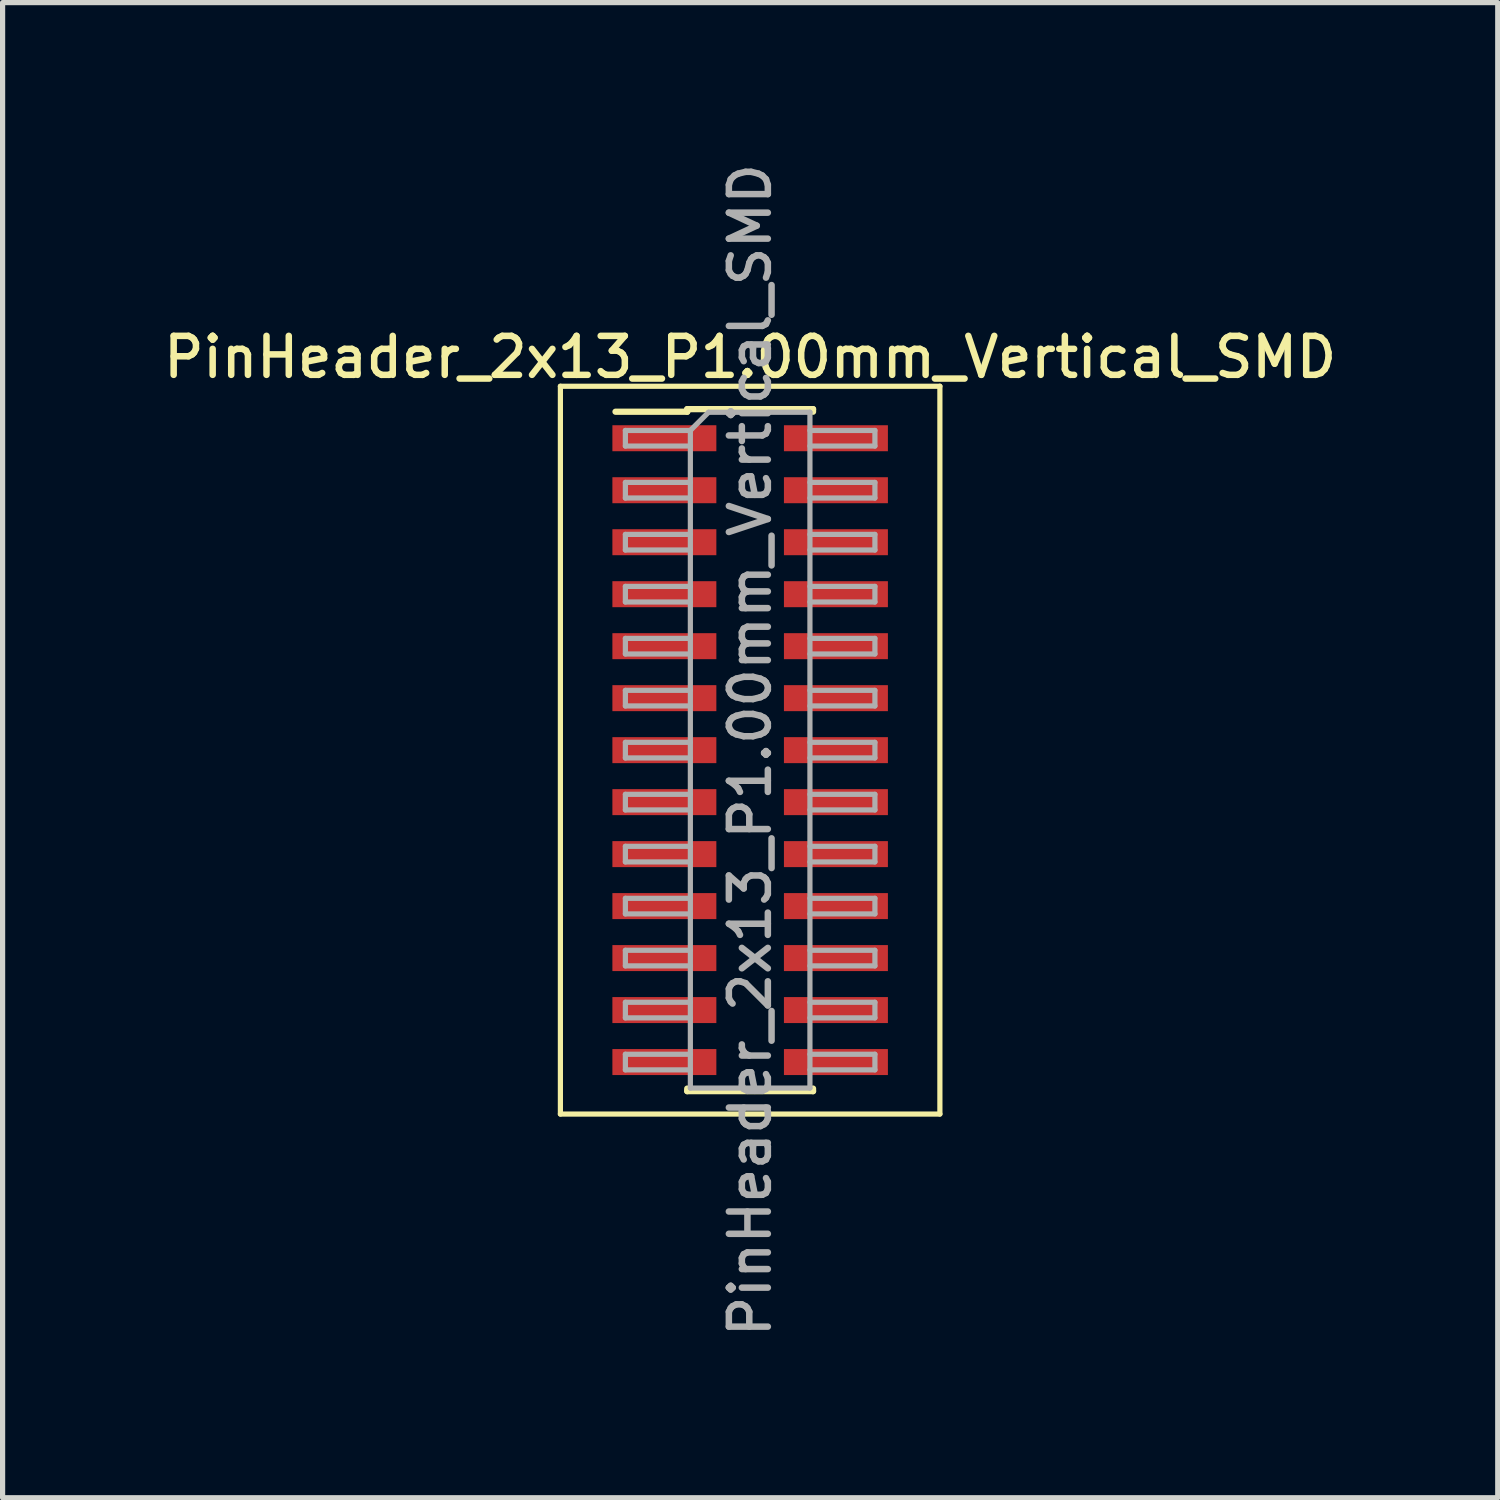
<source format=kicad_pcb>
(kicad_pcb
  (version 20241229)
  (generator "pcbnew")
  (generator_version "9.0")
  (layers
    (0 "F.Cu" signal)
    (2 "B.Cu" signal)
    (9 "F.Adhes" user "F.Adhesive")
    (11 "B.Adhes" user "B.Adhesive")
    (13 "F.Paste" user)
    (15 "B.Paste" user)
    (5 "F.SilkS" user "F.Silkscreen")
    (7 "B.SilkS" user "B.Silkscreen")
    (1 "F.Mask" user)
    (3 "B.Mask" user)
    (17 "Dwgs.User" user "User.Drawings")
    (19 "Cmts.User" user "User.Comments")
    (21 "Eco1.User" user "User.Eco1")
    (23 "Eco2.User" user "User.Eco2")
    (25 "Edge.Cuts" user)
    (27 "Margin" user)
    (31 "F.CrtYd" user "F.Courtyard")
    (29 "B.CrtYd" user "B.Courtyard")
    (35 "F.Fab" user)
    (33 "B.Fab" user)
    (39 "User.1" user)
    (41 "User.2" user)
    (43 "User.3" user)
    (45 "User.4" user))
  (footprint "PinHeader_2x13_P1.00mm_Vertical_SMD"
    (layer "F.Cu")
    (at 11.38 11.38)
    (property "Reference" "PinHeader_2x13_P1.00mm_Vertical_SMD" (at 0 -7.56 0) (layer "F.SilkS") (effects (font (size 0.75 0.75) (thickness 0.125))))
    (attr smd)
    (fp_line (start -3.65 -7) (end -3.65 7) (stroke (width 0.1) (type solid)) (layer "F.SilkS"))
    (fp_line (start -3.65 7) (end 3.65 7) (stroke (width 0.1) (type solid)) (layer "F.SilkS"))
    (fp_line (start -2.59 -6.51) (end -1.21 -6.51) (stroke (width 0.12) (type solid)) (layer "F.SilkS"))
    (fp_line (start -1.21 -6.56) (end -1.21 -6.51) (stroke (width 0.12) (type solid)) (layer "F.SilkS"))
    (fp_line (start -1.21 -6.56) (end 1.21 -6.56) (stroke (width 0.12) (type solid)) (layer "F.SilkS"))
    (fp_line (start -1.21 6.51) (end -1.21 6.56) (stroke (width 0.12) (type solid)) (layer "F.SilkS"))
    (fp_line (start -1.21 6.56) (end 1.21 6.56) (stroke (width 0.12) (type solid)) (layer "F.SilkS"))
    (fp_line (start 1.21 -6.56) (end 1.21 -6.51) (stroke (width 0.12) (type solid)) (layer "F.SilkS"))
    (fp_line (start 1.21 6.51) (end 1.21 6.56) (stroke (width 0.12) (type solid)) (layer "F.SilkS"))
    (fp_line (start 3.65 -7) (end -3.65 -7) (stroke (width 0.1) (type solid)) (layer "F.SilkS"))
    (fp_line (start 3.65 7) (end 3.65 -7) (stroke (width 0.1) (type solid)) (layer "F.SilkS"))
    (fp_line (start -2.4 -6.15) (end -2.4 -5.85) (stroke (width 0.1) (type solid)) (layer "F.Fab"))
    (fp_line (start -2.4 -5.85) (end -1.15 -5.85) (stroke (width 0.1) (type solid)) (layer "F.Fab"))
    (fp_line (start -2.4 -5.15) (end -2.4 -4.85) (stroke (width 0.1) (type solid)) (layer "F.Fab"))
    (fp_line (start -2.4 -4.85) (end -1.15 -4.85) (stroke (width 0.1) (type solid)) (layer "F.Fab"))
    (fp_line (start -2.4 -4.15) (end -2.4 -3.85) (stroke (width 0.1) (type solid)) (layer "F.Fab"))
    (fp_line (start -2.4 -3.85) (end -1.15 -3.85) (stroke (width 0.1) (type solid)) (layer "F.Fab"))
    (fp_line (start -2.4 -3.15) (end -2.4 -2.85) (stroke (width 0.1) (type solid)) (layer "F.Fab"))
    (fp_line (start -2.4 -2.85) (end -1.15 -2.85) (stroke (width 0.1) (type solid)) (layer "F.Fab"))
    (fp_line (start -2.4 -2.15) (end -2.4 -1.85) (stroke (width 0.1) (type solid)) (layer "F.Fab"))
    (fp_line (start -2.4 -1.85) (end -1.15 -1.85) (stroke (width 0.1) (type solid)) (layer "F.Fab"))
    (fp_line (start -2.4 -1.15) (end -2.4 -0.85) (stroke (width 0.1) (type solid)) (layer "F.Fab"))
    (fp_line (start -2.4 -0.85) (end -1.15 -0.85) (stroke (width 0.1) (type solid)) (layer "F.Fab"))
    (fp_line (start -2.4 -0.15) (end -2.4 0.15) (stroke (width 0.1) (type solid)) (layer "F.Fab"))
    (fp_line (start -2.4 0.15) (end -1.15 0.15) (stroke (width 0.1) (type solid)) (layer "F.Fab"))
    (fp_line (start -2.4 0.85) (end -2.4 1.15) (stroke (width 0.1) (type solid)) (layer "F.Fab"))
    (fp_line (start -2.4 1.15) (end -1.15 1.15) (stroke (width 0.1) (type solid)) (layer "F.Fab"))
    (fp_line (start -2.4 1.85) (end -2.4 2.15) (stroke (width 0.1) (type solid)) (layer "F.Fab"))
    (fp_line (start -2.4 2.15) (end -1.15 2.15) (stroke (width 0.1) (type solid)) (layer "F.Fab"))
    (fp_line (start -2.4 2.85) (end -2.4 3.15) (stroke (width 0.1) (type solid)) (layer "F.Fab"))
    (fp_line (start -2.4 3.15) (end -1.15 3.15) (stroke (width 0.1) (type solid)) (layer "F.Fab"))
    (fp_line (start -2.4 3.85) (end -2.4 4.15) (stroke (width 0.1) (type solid)) (layer "F.Fab"))
    (fp_line (start -2.4 4.15) (end -1.15 4.15) (stroke (width 0.1) (type solid)) (layer "F.Fab"))
    (fp_line (start -2.4 4.85) (end -2.4 5.15) (stroke (width 0.1) (type solid)) (layer "F.Fab"))
    (fp_line (start -2.4 5.15) (end -1.15 5.15) (stroke (width 0.1) (type solid)) (layer "F.Fab"))
    (fp_line (start -2.4 5.85) (end -2.4 6.15) (stroke (width 0.1) (type solid)) (layer "F.Fab"))
    (fp_line (start -2.4 6.15) (end -1.15 6.15) (stroke (width 0.1) (type solid)) (layer "F.Fab"))
    (fp_line (start -1.15 -6.15) (end -2.4 -6.15) (stroke (width 0.1) (type solid)) (layer "F.Fab"))
    (fp_line (start -1.15 -6.15) (end -0.8 -6.5) (stroke (width 0.1) (type solid)) (layer "F.Fab"))
    (fp_line (start -1.15 -5.15) (end -2.4 -5.15) (stroke (width 0.1) (type solid)) (layer "F.Fab"))
    (fp_line (start -1.15 -4.15) (end -2.4 -4.15) (stroke (width 0.1) (type solid)) (layer "F.Fab"))
    (fp_line (start -1.15 -3.15) (end -2.4 -3.15) (stroke (width 0.1) (type solid)) (layer "F.Fab"))
    (fp_line (start -1.15 -2.15) (end -2.4 -2.15) (stroke (width 0.1) (type solid)) (layer "F.Fab"))
    (fp_line (start -1.15 -1.15) (end -2.4 -1.15) (stroke (width 0.1) (type solid)) (layer "F.Fab"))
    (fp_line (start -1.15 -0.15) (end -2.4 -0.15) (stroke (width 0.1) (type solid)) (layer "F.Fab"))
    (fp_line (start -1.15 0.85) (end -2.4 0.85) (stroke (width 0.1) (type solid)) (layer "F.Fab"))
    (fp_line (start -1.15 1.85) (end -2.4 1.85) (stroke (width 0.1) (type solid)) (layer "F.Fab"))
    (fp_line (start -1.15 2.85) (end -2.4 2.85) (stroke (width 0.1) (type solid)) (layer "F.Fab"))
    (fp_line (start -1.15 3.85) (end -2.4 3.85) (stroke (width 0.1) (type solid)) (layer "F.Fab"))
    (fp_line (start -1.15 4.85) (end -2.4 4.85) (stroke (width 0.1) (type solid)) (layer "F.Fab"))
    (fp_line (start -1.15 5.85) (end -2.4 5.85) (stroke (width 0.1) (type solid)) (layer "F.Fab"))
    (fp_line (start -1.15 6.5) (end -1.15 -6.15) (stroke (width 0.1) (type solid)) (layer "F.Fab"))
    (fp_line (start -0.8 -6.5) (end 1.15 -6.5) (stroke (width 0.1) (type solid)) (layer "F.Fab"))
    (fp_line (start 1.15 -6.5) (end 1.15 6.5) (stroke (width 0.1) (type solid)) (layer "F.Fab"))
    (fp_line (start 1.15 -6.15) (end 2.4 -6.15) (stroke (width 0.1) (type solid)) (layer "F.Fab"))
    (fp_line (start 1.15 -5.15) (end 2.4 -5.15) (stroke (width 0.1) (type solid)) (layer "F.Fab"))
    (fp_line (start 1.15 -4.15) (end 2.4 -4.15) (stroke (width 0.1) (type solid)) (layer "F.Fab"))
    (fp_line (start 1.15 -3.15) (end 2.4 -3.15) (stroke (width 0.1) (type solid)) (layer "F.Fab"))
    (fp_line (start 1.15 -2.15) (end 2.4 -2.15) (stroke (width 0.1) (type solid)) (layer "F.Fab"))
    (fp_line (start 1.15 -1.15) (end 2.4 -1.15) (stroke (width 0.1) (type solid)) (layer "F.Fab"))
    (fp_line (start 1.15 -0.15) (end 2.4 -0.15) (stroke (width 0.1) (type solid)) (layer "F.Fab"))
    (fp_line (start 1.15 0.85) (end 2.4 0.85) (stroke (width 0.1) (type solid)) (layer "F.Fab"))
    (fp_line (start 1.15 1.85) (end 2.4 1.85) (stroke (width 0.1) (type solid)) (layer "F.Fab"))
    (fp_line (start 1.15 2.85) (end 2.4 2.85) (stroke (width 0.1) (type solid)) (layer "F.Fab"))
    (fp_line (start 1.15 3.85) (end 2.4 3.85) (stroke (width 0.1) (type solid)) (layer "F.Fab"))
    (fp_line (start 1.15 4.85) (end 2.4 4.85) (stroke (width 0.1) (type solid)) (layer "F.Fab"))
    (fp_line (start 1.15 5.85) (end 2.4 5.85) (stroke (width 0.1) (type solid)) (layer "F.Fab"))
    (fp_line (start 1.15 6.5) (end -1.15 6.5) (stroke (width 0.1) (type solid)) (layer "F.Fab"))
    (fp_line (start 2.4 -6.15) (end 2.4 -5.85) (stroke (width 0.1) (type solid)) (layer "F.Fab"))
    (fp_line (start 2.4 -5.85) (end 1.15 -5.85) (stroke (width 0.1) (type solid)) (layer "F.Fab"))
    (fp_line (start 2.4 -5.15) (end 2.4 -4.85) (stroke (width 0.1) (type solid)) (layer "F.Fab"))
    (fp_line (start 2.4 -4.85) (end 1.15 -4.85) (stroke (width 0.1) (type solid)) (layer "F.Fab"))
    (fp_line (start 2.4 -4.15) (end 2.4 -3.85) (stroke (width 0.1) (type solid)) (layer "F.Fab"))
    (fp_line (start 2.4 -3.85) (end 1.15 -3.85) (stroke (width 0.1) (type solid)) (layer "F.Fab"))
    (fp_line (start 2.4 -3.15) (end 2.4 -2.85) (stroke (width 0.1) (type solid)) (layer "F.Fab"))
    (fp_line (start 2.4 -2.85) (end 1.15 -2.85) (stroke (width 0.1) (type solid)) (layer "F.Fab"))
    (fp_line (start 2.4 -2.15) (end 2.4 -1.85) (stroke (width 0.1) (type solid)) (layer "F.Fab"))
    (fp_line (start 2.4 -1.85) (end 1.15 -1.85) (stroke (width 0.1) (type solid)) (layer "F.Fab"))
    (fp_line (start 2.4 -1.15) (end 2.4 -0.85) (stroke (width 0.1) (type solid)) (layer "F.Fab"))
    (fp_line (start 2.4 -0.85) (end 1.15 -0.85) (stroke (width 0.1) (type solid)) (layer "F.Fab"))
    (fp_line (start 2.4 -0.15) (end 2.4 0.15) (stroke (width 0.1) (type solid)) (layer "F.Fab"))
    (fp_line (start 2.4 0.15) (end 1.15 0.15) (stroke (width 0.1) (type solid)) (layer "F.Fab"))
    (fp_line (start 2.4 0.85) (end 2.4 1.15) (stroke (width 0.1) (type solid)) (layer "F.Fab"))
    (fp_line (start 2.4 1.15) (end 1.15 1.15) (stroke (width 0.1) (type solid)) (layer "F.Fab"))
    (fp_line (start 2.4 1.85) (end 2.4 2.15) (stroke (width 0.1) (type solid)) (layer "F.Fab"))
    (fp_line (start 2.4 2.15) (end 1.15 2.15) (stroke (width 0.1) (type solid)) (layer "F.Fab"))
    (fp_line (start 2.4 2.85) (end 2.4 3.15) (stroke (width 0.1) (type solid)) (layer "F.Fab"))
    (fp_line (start 2.4 3.15) (end 1.15 3.15) (stroke (width 0.1) (type solid)) (layer "F.Fab"))
    (fp_line (start 2.4 3.85) (end 2.4 4.15) (stroke (width 0.1) (type solid)) (layer "F.Fab"))
    (fp_line (start 2.4 4.15) (end 1.15 4.15) (stroke (width 0.1) (type solid)) (layer "F.Fab"))
    (fp_line (start 2.4 4.85) (end 2.4 5.15) (stroke (width 0.1) (type solid)) (layer "F.Fab"))
    (fp_line (start 2.4 5.15) (end 1.15 5.15) (stroke (width 0.1) (type solid)) (layer "F.Fab"))
    (fp_line (start 2.4 5.85) (end 2.4 6.15) (stroke (width 0.1) (type solid)) (layer "F.Fab"))
    (fp_line (start 2.4 6.15) (end 1.15 6.15) (stroke (width 0.1) (type solid)) (layer "F.Fab"))
    (fp_text user "${REFERENCE}" (at 0 0 90) (layer "F.Fab") (effects (font (size 0.75 0.75) (thickness 0.125))))
    (pad "1" smd rect (at -1.65 -6) (size 2 0.5) (layers "F.Cu" "F.Mask" "F.Paste"))
    (pad "2" smd rect (at 1.65 -6) (size 2 0.5) (layers "F.Cu" "F.Mask" "F.Paste"))
    (pad "3" smd rect (at -1.65 -5) (size 2 0.5) (layers "F.Cu" "F.Mask" "F.Paste"))
    (pad "4" smd rect (at 1.65 -5) (size 2 0.5) (layers "F.Cu" "F.Mask" "F.Paste"))
    (pad "5" smd rect (at -1.65 -4) (size 2 0.5) (layers "F.Cu" "F.Mask" "F.Paste"))
    (pad "6" smd rect (at 1.65 -4) (size 2 0.5) (layers "F.Cu" "F.Mask" "F.Paste"))
    (pad "7" smd rect (at -1.65 -3) (size 2 0.5) (layers "F.Cu" "F.Mask" "F.Paste"))
    (pad "8" smd rect (at 1.65 -3) (size 2 0.5) (layers "F.Cu" "F.Mask" "F.Paste"))
    (pad "9" smd rect (at -1.65 -2) (size 2 0.5) (layers "F.Cu" "F.Mask" "F.Paste"))
    (pad "10" smd rect (at 1.65 -2) (size 2 0.5) (layers "F.Cu" "F.Mask" "F.Paste"))
    (pad "11" smd rect (at -1.65 -1) (size 2 0.5) (layers "F.Cu" "F.Mask" "F.Paste"))
    (pad "12" smd rect (at 1.65 -1) (size 2 0.5) (layers "F.Cu" "F.Mask" "F.Paste"))
    (pad "13" smd rect (at -1.65 0) (size 2 0.5) (layers "F.Cu" "F.Mask" "F.Paste"))
    (pad "14" smd rect (at 1.65 0) (size 2 0.5) (layers "F.Cu" "F.Mask" "F.Paste"))
    (pad "15" smd rect (at -1.65 1) (size 2 0.5) (layers "F.Cu" "F.Mask" "F.Paste"))
    (pad "16" smd rect (at 1.65 1) (size 2 0.5) (layers "F.Cu" "F.Mask" "F.Paste"))
    (pad "17" smd rect (at -1.65 2) (size 2 0.5) (layers "F.Cu" "F.Mask" "F.Paste"))
    (pad "18" smd rect (at 1.65 2) (size 2 0.5) (layers "F.Cu" "F.Mask" "F.Paste"))
    (pad "19" smd rect (at -1.65 3) (size 2 0.5) (layers "F.Cu" "F.Mask" "F.Paste"))
    (pad "20" smd rect (at 1.65 3) (size 2 0.5) (layers "F.Cu" "F.Mask" "F.Paste"))
    (pad "21" smd rect (at -1.65 4) (size 2 0.5) (layers "F.Cu" "F.Mask" "F.Paste"))
    (pad "22" smd rect (at 1.65 4) (size 2 0.5) (layers "F.Cu" "F.Mask" "F.Paste"))
    (pad "23" smd rect (at -1.65 5) (size 2 0.5) (layers "F.Cu" "F.Mask" "F.Paste"))
    (pad "24" smd rect (at 1.65 5) (size 2 0.5) (layers "F.Cu" "F.Mask" "F.Paste"))
    (pad "25" smd rect (at -1.65 6) (size 2 0.5) (layers "F.Cu" "F.Mask" "F.Paste"))
    (pad "26" smd rect (at 1.65 6) (size 2 0.5) (layers "F.Cu" "F.Mask" "F.Paste")))
  (gr_rect
    (start -3 -3)
    (end 25.761 25.761)
    (stroke (width 0.1) (type default))
    (fill no)
    (layer "Edge.Cuts")))
</source>
